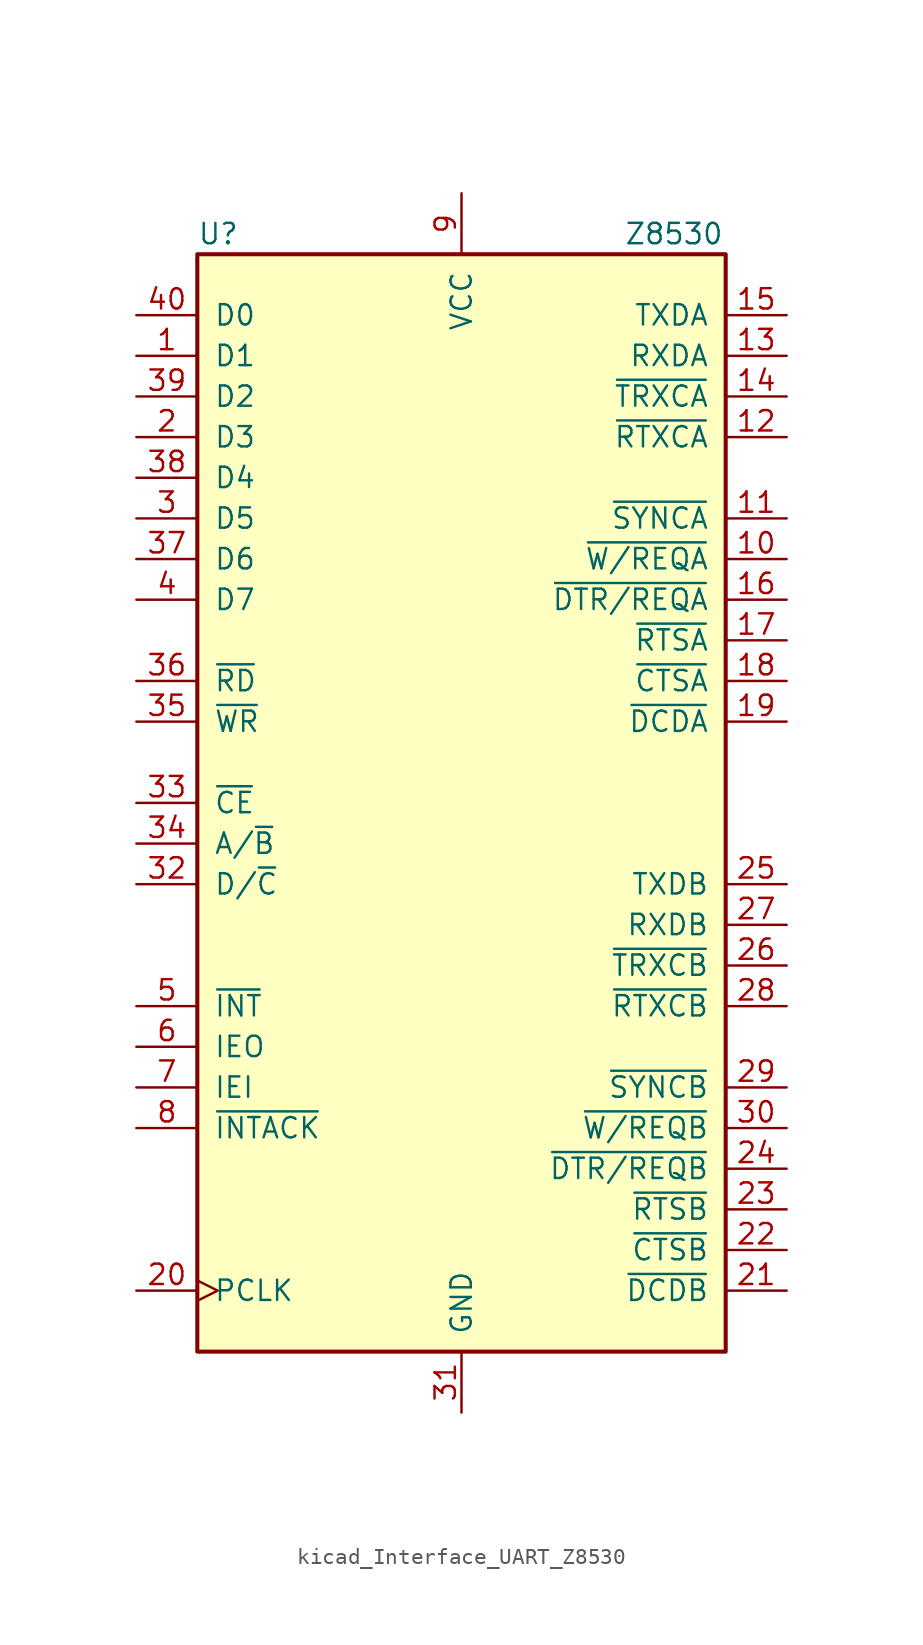
<source format=kicad_sym>
(kicad_symbol_lib
  (version 20220914)
  (generator kicad_symbol_editor)
  (symbol "kicad_Interface_UART_Z8530"
    (pin_names
      (offset 1.016))
    (property "Reference" "U"
      (at -16.51 35.56 0)
      (effects (font (size 1.27 1.27)) (justify left)))
    (property "Value" "Z8530"
      (at 10.16 35.56 0)
      (effects (font (size 1.27 1.27)) (justify left)))
    (symbol "kicad_Interface_UART_Z8530_0_1"
      (rectangle (start -16.51 -34.29) (end 16.51 34.29) (stroke (width 0.254) (type default)) (fill (type background))))
    (symbol "kicad_Interface_UART_Z8530_1_1"
      (pin input line (at -20.32 27.94 0) (length 3.81) (name "D1" (effects (font (size 1.27 1.27)))) (number "1" (effects (font (size 1.27 1.27)))))
      (pin output line (at 20.32 15.24 180) (length 3.81) (name "~{W/REQA}" (effects (font (size 1.27 1.27)))) (number "10" (effects (font (size 1.27 1.27)))))
      (pin bidirectional line (at 20.32 17.78 180) (length 3.81) (name "~{SYNCA}" (effects (font (size 1.27 1.27)))) (number "11" (effects (font (size 1.27 1.27)))))
      (pin input line (at 20.32 22.86 180) (length 3.81) (name "~{RTXCA}" (effects (font (size 1.27 1.27)))) (number "12" (effects (font (size 1.27 1.27)))))
      (pin input line (at 20.32 27.94 180) (length 3.81) (name "RXDA" (effects (font (size 1.27 1.27)))) (number "13" (effects (font (size 1.27 1.27)))))
      (pin bidirectional line (at 20.32 25.4 180) (length 3.81) (name "~{TRXCA}" (effects (font (size 1.27 1.27)))) (number "14" (effects (font (size 1.27 1.27)))))
      (pin output line (at 20.32 30.48 180) (length 3.81) (name "TXDA" (effects (font (size 1.27 1.27)))) (number "15" (effects (font (size 1.27 1.27)))))
      (pin output line (at 20.32 12.7 180) (length 3.81) (name "~{DTR/REQA}" (effects (font (size 1.27 1.27)))) (number "16" (effects (font (size 1.27 1.27)))))
      (pin output line (at 20.32 10.16 180) (length 3.81) (name "~{RTSA}" (effects (font (size 1.27 1.27)))) (number "17" (effects (font (size 1.27 1.27)))))
      (pin input line (at 20.32 7.62 180) (length 3.81) (name "~{CTSA}" (effects (font (size 1.27 1.27)))) (number "18" (effects (font (size 1.27 1.27)))))
      (pin input line (at 20.32 5.08 180) (length 3.81) (name "~{DCDA}" (effects (font (size 1.27 1.27)))) (number "19" (effects (font (size 1.27 1.27)))))
      (pin input line (at -20.32 22.86 0) (length 3.81) (name "D3" (effects (font (size 1.27 1.27)))) (number "2" (effects (font (size 1.27 1.27)))))
      (pin input clock (at -20.32 -30.48 0) (length 3.81) (name "PCLK" (effects (font (size 1.27 1.27)))) (number "20" (effects (font (size 1.27 1.27)))))
      (pin input line (at 20.32 -30.48 180) (length 3.81) (name "~{DCDB}" (effects (font (size 1.27 1.27)))) (number "21" (effects (font (size 1.27 1.27)))))
      (pin input line (at 20.32 -27.94 180) (length 3.81) (name "~{CTSB}" (effects (font (size 1.27 1.27)))) (number "22" (effects (font (size 1.27 1.27)))))
      (pin output line (at 20.32 -25.4 180) (length 3.81) (name "~{RTSB}" (effects (font (size 1.27 1.27)))) (number "23" (effects (font (size 1.27 1.27)))))
      (pin output line (at 20.32 -22.86 180) (length 3.81) (name "~{DTR/REQB}" (effects (font (size 1.27 1.27)))) (number "24" (effects (font (size 1.27 1.27)))))
      (pin output line (at 20.32 -5.08 180) (length 3.81) (name "TXDB" (effects (font (size 1.27 1.27)))) (number "25" (effects (font (size 1.27 1.27)))))
      (pin bidirectional line (at 20.32 -10.16 180) (length 3.81) (name "~{TRXCB}" (effects (font (size 1.27 1.27)))) (number "26" (effects (font (size 1.27 1.27)))))
      (pin input line (at 20.32 -7.62 180) (length 3.81) (name "RXDB" (effects (font (size 1.27 1.27)))) (number "27" (effects (font (size 1.27 1.27)))))
      (pin input line (at 20.32 -12.7 180) (length 3.81) (name "~{RTXCB}" (effects (font (size 1.27 1.27)))) (number "28" (effects (font (size 1.27 1.27)))))
      (pin bidirectional line (at 20.32 -17.78 180) (length 3.81) (name "~{SYNCB}" (effects (font (size 1.27 1.27)))) (number "29" (effects (font (size 1.27 1.27)))))
      (pin input line (at -20.32 17.78 0) (length 3.81) (name "D5" (effects (font (size 1.27 1.27)))) (number "3" (effects (font (size 1.27 1.27)))))
      (pin output line (at 20.32 -20.32 180) (length 3.81) (name "~{W/REQB}" (effects (font (size 1.27 1.27)))) (number "30" (effects (font (size 1.27 1.27)))))
      (pin power_in line (at 0 -38.1 90) (length 3.81) (name "GND" (effects (font (size 1.27 1.27)))) (number "31" (effects (font (size 1.27 1.27)))))
      (pin input line (at -20.32 -5.08 0) (length 3.81) (name "D/~{C}" (effects (font (size 1.27 1.27)))) (number "32" (effects (font (size 1.27 1.27)))))
      (pin input line (at -20.32 0 0) (length 3.81) (name "~{CE}" (effects (font (size 1.27 1.27)))) (number "33" (effects (font (size 1.27 1.27)))))
      (pin input line (at -20.32 -2.54 0) (length 3.81) (name "A/~{B}" (effects (font (size 1.27 1.27)))) (number "34" (effects (font (size 1.27 1.27)))))
      (pin input line (at -20.32 5.08 0) (length 3.81) (name "~{WR}" (effects (font (size 1.27 1.27)))) (number "35" (effects (font (size 1.27 1.27)))))
      (pin input line (at -20.32 7.62 0) (length 3.81) (name "~{RD}" (effects (font (size 1.27 1.27)))) (number "36" (effects (font (size 1.27 1.27)))))
      (pin input line (at -20.32 15.24 0) (length 3.81) (name "D6" (effects (font (size 1.27 1.27)))) (number "37" (effects (font (size 1.27 1.27)))))
      (pin input line (at -20.32 20.32 0) (length 3.81) (name "D4" (effects (font (size 1.27 1.27)))) (number "38" (effects (font (size 1.27 1.27)))))
      (pin input line (at -20.32 25.4 0) (length 3.81) (name "D2" (effects (font (size 1.27 1.27)))) (number "39" (effects (font (size 1.27 1.27)))))
      (pin input line (at -20.32 12.7 0) (length 3.81) (name "D7" (effects (font (size 1.27 1.27)))) (number "4" (effects (font (size 1.27 1.27)))))
      (pin input line (at -20.32 30.48 0) (length 3.81) (name "D0" (effects (font (size 1.27 1.27)))) (number "40" (effects (font (size 1.27 1.27)))))
      (pin open_collector line (at -20.32 -12.7 0) (length 3.81) (name "~{INT}" (effects (font (size 1.27 1.27)))) (number "5" (effects (font (size 1.27 1.27)))))
      (pin output line (at -20.32 -15.24 0) (length 3.81) (name "IEO" (effects (font (size 1.27 1.27)))) (number "6" (effects (font (size 1.27 1.27)))))
      (pin input line (at -20.32 -17.78 0) (length 3.81) (name "IEI" (effects (font (size 1.27 1.27)))) (number "7" (effects (font (size 1.27 1.27)))))
      (pin input line (at -20.32 -20.32 0) (length 3.81) (name "~{INTACK}" (effects (font (size 1.27 1.27)))) (number "8" (effects (font (size 1.27 1.27)))))
      (pin power_in line (at 0 38.1 270) (length 3.81) (name "VCC" (effects (font (size 1.27 1.27)))) (number "9" (effects (font (size 1.27 1.27))))))))
</source>
